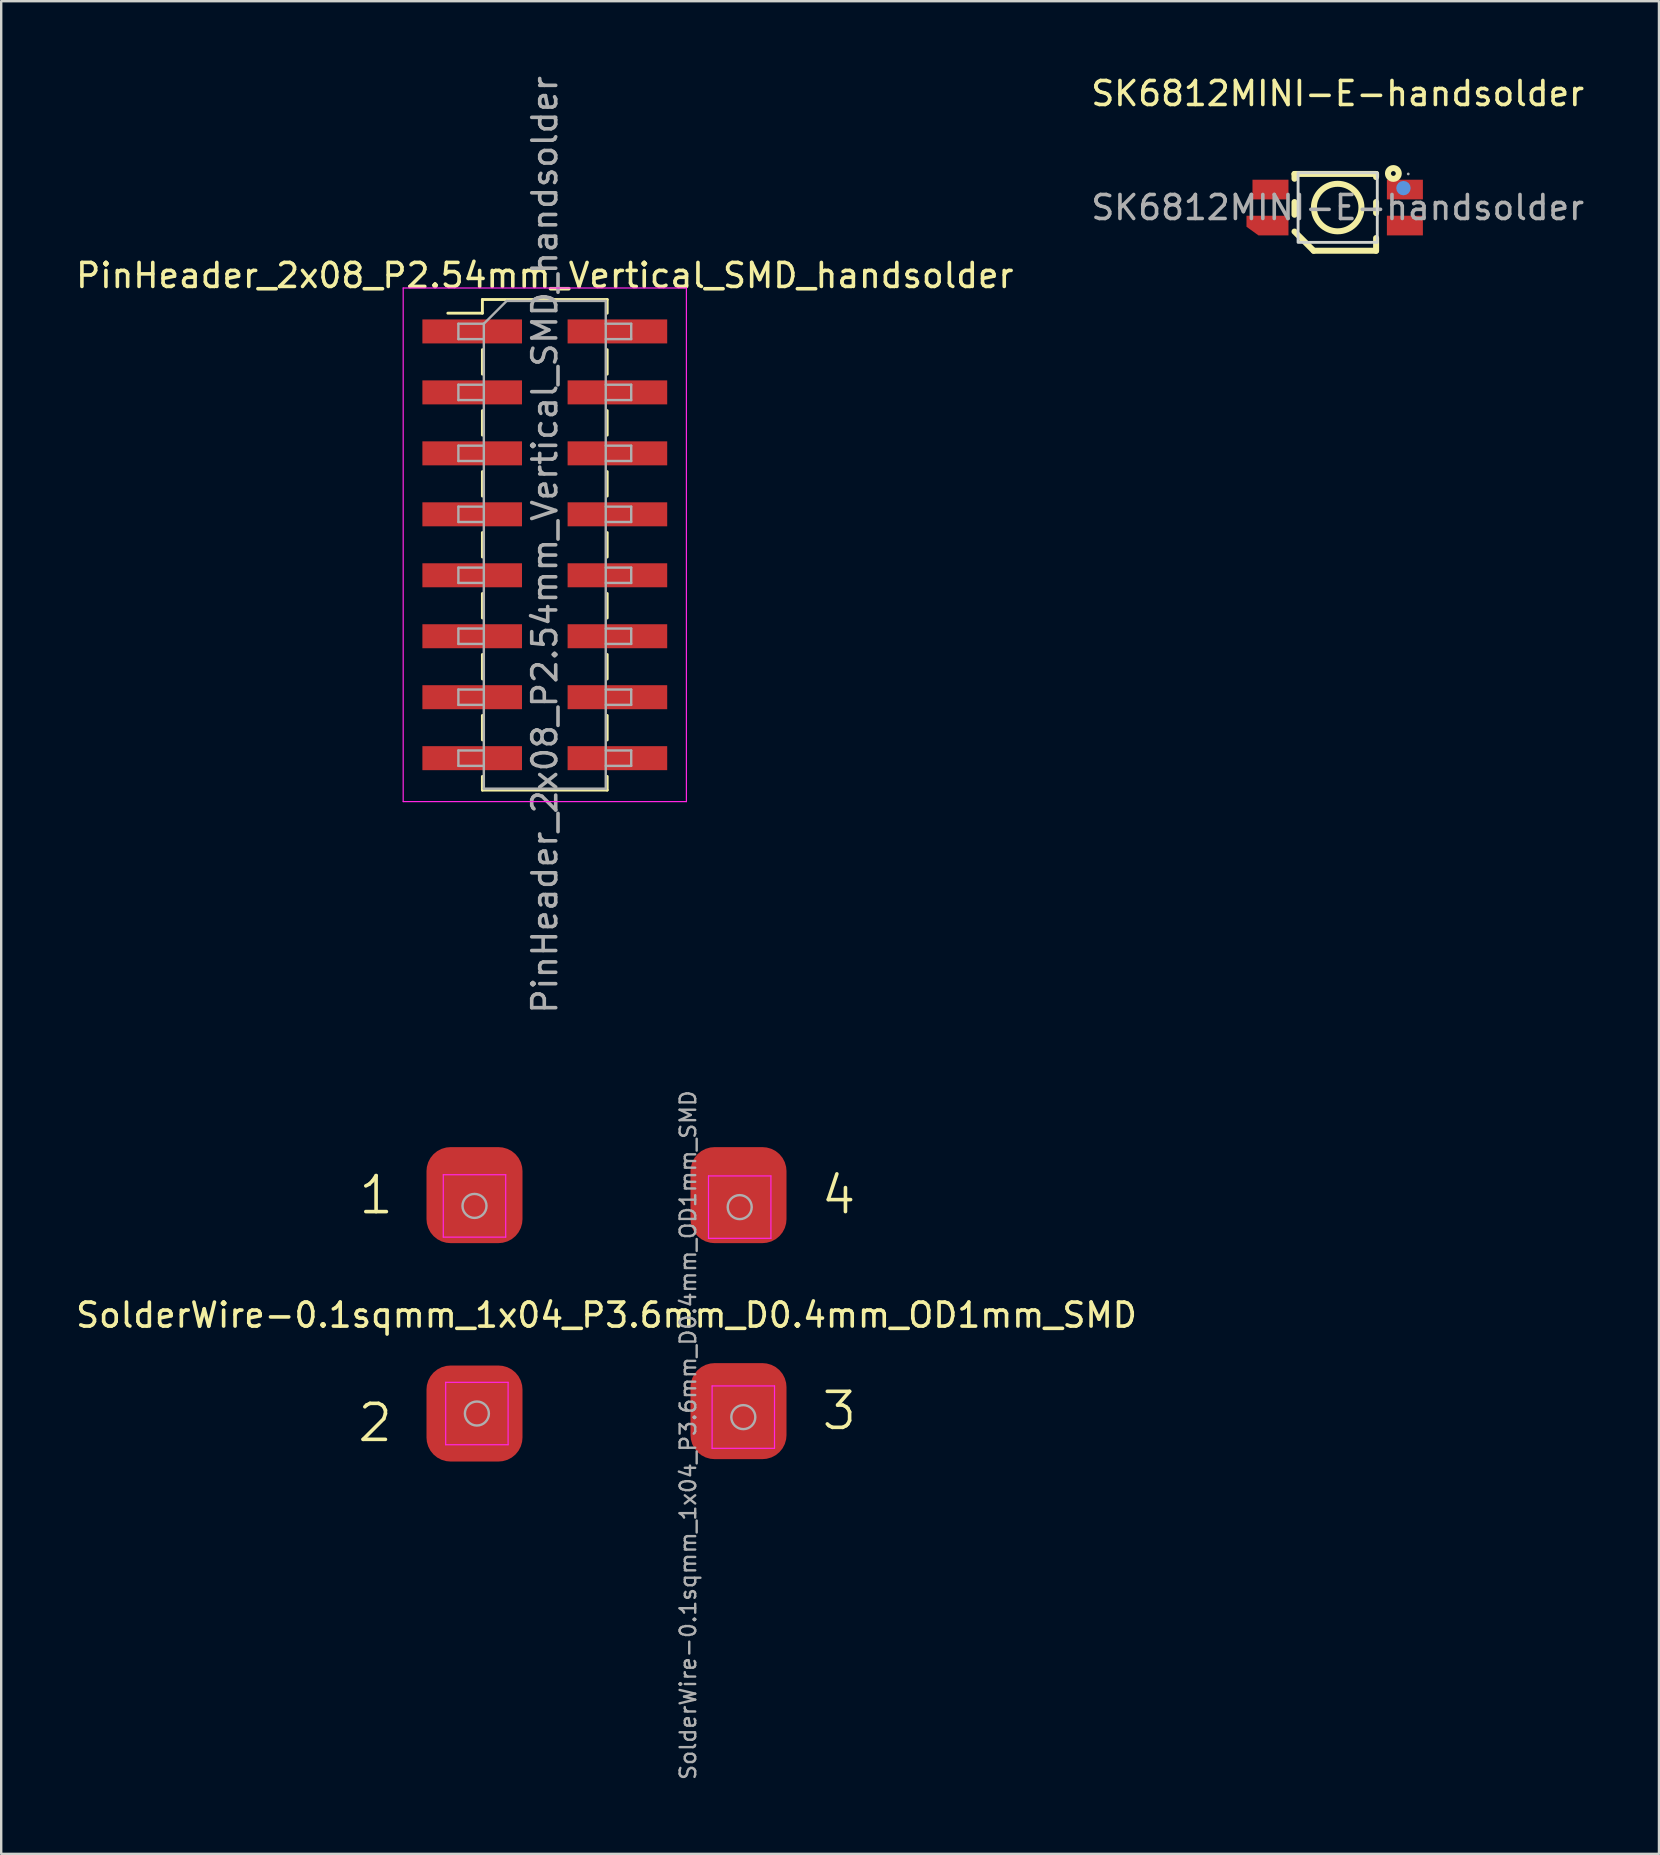
<source format=kicad_pcb>
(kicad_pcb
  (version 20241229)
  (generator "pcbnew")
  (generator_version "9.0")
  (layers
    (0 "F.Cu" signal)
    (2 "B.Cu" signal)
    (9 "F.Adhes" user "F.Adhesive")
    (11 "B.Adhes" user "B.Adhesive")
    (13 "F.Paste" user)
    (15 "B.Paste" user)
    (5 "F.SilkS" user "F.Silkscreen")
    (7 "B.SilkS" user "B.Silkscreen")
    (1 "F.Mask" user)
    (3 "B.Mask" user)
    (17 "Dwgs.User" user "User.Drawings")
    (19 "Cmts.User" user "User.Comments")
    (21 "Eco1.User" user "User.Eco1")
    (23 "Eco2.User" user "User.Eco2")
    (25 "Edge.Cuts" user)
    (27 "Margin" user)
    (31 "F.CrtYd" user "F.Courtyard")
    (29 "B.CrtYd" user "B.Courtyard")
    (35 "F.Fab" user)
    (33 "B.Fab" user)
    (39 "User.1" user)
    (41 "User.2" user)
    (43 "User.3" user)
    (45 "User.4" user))
  (footprint "SK6812MINI-E-handsolder"
    (layer "F.Cu")
    (at 52.685 5.598)
    (property "Reference" "SK6812MINI-E-handsolder" (at 0 -4.75 0) (layer "F.SilkS") (effects (font (size 1 1) (thickness 0.15))))
    (attr smd exclude_from_pos_files)
    (fp_line (start -1.8 -1.4) (end -1.8 -1.2) (stroke (width 0.25) (type solid)) (layer "F.SilkS"))
    (fp_line (start -1.8 -1.4) (end 1.6 -1.4) (stroke (width 0.25) (type solid)) (layer "F.SilkS"))
    (fp_line (start -1.8 -0.23) (end -1.8 0.3) (stroke (width 0.25) (type solid)) (layer "F.SilkS"))
    (fp_line (start -1.8 1) (end -1 1.8) (stroke (width 0.25) (type solid)) (layer "F.SilkS"))
    (fp_line (start -1 1.8) (end 1.6 1.8) (stroke (width 0.25) (type solid)) (layer "F.SilkS"))
    (fp_line (start 1.6 -1.4) (end 1.6 -1.27) (stroke (width 0.25) (type solid)) (layer "F.SilkS"))
    (fp_line (start 1.6 -0.23) (end 1.6 0.23) (stroke (width 0.25) (type solid)) (layer "F.SilkS"))
    (fp_line (start 1.6 1.27) (end 1.6 1.8) (stroke (width 0.25) (type solid)) (layer "F.SilkS"))
    (fp_circle (center 0 0) (end 0.99 0) (stroke (width 0.25) (type solid)) (fill no) (layer "F.SilkS"))
    (fp_circle (center 2.32 -1.42) (end 2.42 -1.42) (stroke (width 0.25) (type solid)) (fill no) (layer "F.SilkS"))
    (fp_circle (center 2.74 -0.81) (end 2.89 -0.81) (stroke (width 0.3) (type solid)) (fill no) (layer "Cmts.User"))
    (fp_rect (start 1.65 1.45) (end -1.65 -1.45) (stroke (width 0.12) (type solid)) (fill no) (layer "Edge.Cuts"))
    (fp_circle (center 2.94 -1.4) (end 2.97 -1.4) (stroke (width 0.06) (type solid)) (fill no) (layer "F.Fab"))
    (fp_text user "${REFERENCE}" (at 0 0 0) (layer "F.Fab") (effects (font (size 1 1) (thickness 0.15))))
    (pad "1" smd rect (at 2.8 -0.75 90) (size 0.82 1.5) (layers "F.Cu" "F.Mask" "F.Paste"))
    (pad "2" smd rect (at 2.8 0.75 90) (size 0.82 1.5) (layers "F.Cu" "F.Mask" "F.Paste"))
    (pad "3" smd custom (at -2.675 0.75 90) (size 0.82 1.25) (layers "F.Cu" "F.Mask" "F.Paste") (options (anchor rect)) (primitives (gr_poly (pts (xy -0.41 -0.625) (xy -0.05 -1.125) (xy 0.41 -1.125) (xy 0.41 -0.525)) (width 0) (fill yes))))
    (pad "4" smd rect (at -2.8 -0.75 90) (size 0.82 1.5) (layers "F.Cu" "F.Mask" "F.Paste")))
  (footprint "SolderWire-0.1sqmm_1x04_P3.6mm_D0.4mm_OD1mm_SMD"
    (layer "F.Cu")
    (at 20.22 56.745)
    (property "Reference" "SolderWire-0.1sqmm_1x04_P3.6mm_D0.4mm_OD1mm_SMD" (at 2 -5 0) (layer "F.SilkS") (effects (font (size 1 1) (thickness 0.15))))
    (attr exclude_from_pos_files exclude_from_bom)
    (fp_line (start -4.8 -10.85) (end -4.8 -8.25) (stroke (width 0.05) (type solid)) (layer "F.CrtYd"))
    (fp_line (start -4.8 -8.25) (end -2.2 -8.25) (stroke (width 0.05) (type solid)) (layer "F.CrtYd"))
    (fp_line (start -4.7 -2.2) (end -4.7 0.4) (stroke (width 0.05) (type solid)) (layer "F.CrtYd"))
    (fp_line (start -4.7 0.4) (end -2.1 0.4) (stroke (width 0.05) (type solid)) (layer "F.CrtYd"))
    (fp_line (start -2.2 -10.85) (end -4.8 -10.85) (stroke (width 0.05) (type solid)) (layer "F.CrtYd"))
    (fp_line (start -2.2 -8.25) (end -2.2 -10.85) (stroke (width 0.05) (type solid)) (layer "F.CrtYd"))
    (fp_line (start -2.1 -2.2) (end -4.7 -2.2) (stroke (width 0.05) (type solid)) (layer "F.CrtYd"))
    (fp_line (start -2.1 0.4) (end -2.1 -2.2) (stroke (width 0.05) (type solid)) (layer "F.CrtYd"))
    (fp_line (start 6.25 -10.8) (end 6.25 -8.2) (stroke (width 0.05) (type solid)) (layer "F.CrtYd"))
    (fp_line (start 6.25 -8.2) (end 8.85 -8.2) (stroke (width 0.05) (type solid)) (layer "F.CrtYd"))
    (fp_line (start 6.4 -2.05) (end 6.4 0.55) (stroke (width 0.05) (type solid)) (layer "F.CrtYd"))
    (fp_line (start 6.4 0.55) (end 9 0.55) (stroke (width 0.05) (type solid)) (layer "F.CrtYd"))
    (fp_line (start 8.85 -10.8) (end 6.25 -10.8) (stroke (width 0.05) (type solid)) (layer "F.CrtYd"))
    (fp_line (start 8.85 -8.2) (end 8.85 -10.8) (stroke (width 0.05) (type solid)) (layer "F.CrtYd"))
    (fp_line (start 9 -2.05) (end 6.4 -2.05) (stroke (width 0.05) (type solid)) (layer "F.CrtYd"))
    (fp_line (start 9 0.55) (end 9 -2.05) (stroke (width 0.05) (type solid)) (layer "F.CrtYd"))
    (fp_circle (center -3.5 -9.55) (end -3 -9.55) (stroke (width 0.1) (type solid)) (fill no) (layer "F.Fab"))
    (fp_circle (center -3.4 -0.9) (end -2.9 -0.9) (stroke (width 0.1) (type solid)) (fill no) (layer "F.Fab"))
    (fp_circle (center 7.55 -9.5) (end 8.05 -9.5) (stroke (width 0.1) (type solid)) (fill no) (layer "F.Fab"))
    (fp_circle (center 7.7 -0.75) (end 8.2 -0.75) (stroke (width 0.1) (type solid)) (fill no) (layer "F.Fab"))
    (fp_text user "1" (at -7.6 -10 0) (layer "F.SilkS") (effects (font (size 1.5 1.5) (thickness 0.15))))
    (fp_text user "2" (at -7.64 -0.51 0) (layer "F.SilkS") (effects (font (size 1.5 1.5) (thickness 0.15))))
    (fp_text user "4" (at 11.67 -10 0) (layer "F.SilkS") (effects (font (size 1.5 1.5) (thickness 0.15))))
    (fp_text user "3" (at 11.7 -1.01 0) (layer "F.SilkS") (effects (font (size 1.5 1.5) (thickness 0.15))))
    (fp_text user "${REFERENCE}" (at 5.4 0 90) (layer "F.Fab") (effects (font (size 0.65 0.65) (thickness 0.1))))
    (pad "1" smd roundrect (at -3.5 -10) (size 4 4) (layers "F.Cu" "F.Mask" "F.Paste") (roundrect_rratio 0.25))
    (pad "2" smd roundrect (at -3.5 -0.9) (size 4 4) (layers "F.Cu" "F.Mask" "F.Paste") (roundrect_rratio 0.25))
    (pad "3" smd roundrect (at 7.5 -1) (size 4 4) (layers "F.Cu" "F.Mask" "F.Paste") (roundrect_rratio 0.25))
    (pad "4" smd roundrect (at 7.5 -10) (size 4 4) (layers "F.Cu" "F.Mask" "F.Paste") (roundrect_rratio 0.25)))
  (footprint "PinHeader_2x08_P2.54mm_Vertical_SMD_handsolder"
    (layer "F.Cu")
    (at 19.649 19.649)
    (property "Reference" "PinHeader_2x08_P2.54mm_Vertical_SMD_handsolder" (at 0 -11.22 0) (layer "F.SilkS") (effects (font (size 1 1) (thickness 0.15))))
    (attr smd)
    (fp_line (start -4.04 -9.65) (end -2.6 -9.65) (stroke (width 0.12) (type solid)) (layer "F.SilkS"))
    (fp_line (start -2.6 -10.22) (end -2.6 -9.65) (stroke (width 0.12) (type solid)) (layer "F.SilkS"))
    (fp_line (start -2.6 -10.22) (end 2.6 -10.22) (stroke (width 0.12) (type solid)) (layer "F.SilkS"))
    (fp_line (start -2.6 -8.13) (end -2.6 -7.11) (stroke (width 0.12) (type solid)) (layer "F.SilkS"))
    (fp_line (start -2.6 -5.59) (end -2.6 -4.57) (stroke (width 0.12) (type solid)) (layer "F.SilkS"))
    (fp_line (start -2.6 -3.05) (end -2.6 -2.03) (stroke (width 0.12) (type solid)) (layer "F.SilkS"))
    (fp_line (start -2.6 -0.51) (end -2.6 0.51) (stroke (width 0.12) (type solid)) (layer "F.SilkS"))
    (fp_line (start -2.6 2.03) (end -2.6 3.05) (stroke (width 0.12) (type solid)) (layer "F.SilkS"))
    (fp_line (start -2.6 4.57) (end -2.6 5.59) (stroke (width 0.12) (type solid)) (layer "F.SilkS"))
    (fp_line (start -2.6 7.11) (end -2.6 8.13) (stroke (width 0.12) (type solid)) (layer "F.SilkS"))
    (fp_line (start -2.6 9.65) (end -2.6 10.22) (stroke (width 0.12) (type solid)) (layer "F.SilkS"))
    (fp_line (start -2.6 10.22) (end 2.6 10.22) (stroke (width 0.12) (type solid)) (layer "F.SilkS"))
    (fp_line (start 2.6 -10.22) (end 2.6 -9.65) (stroke (width 0.12) (type solid)) (layer "F.SilkS"))
    (fp_line (start 2.6 -8.13) (end 2.6 -7.11) (stroke (width 0.12) (type solid)) (layer "F.SilkS"))
    (fp_line (start 2.6 -5.59) (end 2.6 -4.57) (stroke (width 0.12) (type solid)) (layer "F.SilkS"))
    (fp_line (start 2.6 -3.05) (end 2.6 -2.03) (stroke (width 0.12) (type solid)) (layer "F.SilkS"))
    (fp_line (start 2.6 -0.51) (end 2.6 0.51) (stroke (width 0.12) (type solid)) (layer "F.SilkS"))
    (fp_line (start 2.6 2.03) (end 2.6 3.05) (stroke (width 0.12) (type solid)) (layer "F.SilkS"))
    (fp_line (start 2.6 4.57) (end 2.6 5.59) (stroke (width 0.12) (type solid)) (layer "F.SilkS"))
    (fp_line (start 2.6 7.11) (end 2.6 8.13) (stroke (width 0.12) (type solid)) (layer "F.SilkS"))
    (fp_line (start 2.6 9.65) (end 2.6 10.22) (stroke (width 0.12) (type solid)) (layer "F.SilkS"))
    (fp_line (start -5.9 -10.7) (end -5.9 10.7) (stroke (width 0.05) (type solid)) (layer "F.CrtYd"))
    (fp_line (start -5.9 10.7) (end 5.9 10.7) (stroke (width 0.05) (type solid)) (layer "F.CrtYd"))
    (fp_line (start 5.9 -10.7) (end -5.9 -10.7) (stroke (width 0.05) (type solid)) (layer "F.CrtYd"))
    (fp_line (start 5.9 10.7) (end 5.9 -10.7) (stroke (width 0.05) (type solid)) (layer "F.CrtYd"))
    (fp_line (start -3.6 -9.21) (end -3.6 -8.57) (stroke (width 0.1) (type solid)) (layer "F.Fab"))
    (fp_line (start -3.6 -8.57) (end -2.54 -8.57) (stroke (width 0.1) (type solid)) (layer "F.Fab"))
    (fp_line (start -3.6 -6.67) (end -3.6 -6.03) (stroke (width 0.1) (type solid)) (layer "F.Fab"))
    (fp_line (start -3.6 -6.03) (end -2.54 -6.03) (stroke (width 0.1) (type solid)) (layer "F.Fab"))
    (fp_line (start -3.6 -4.13) (end -3.6 -3.49) (stroke (width 0.1) (type solid)) (layer "F.Fab"))
    (fp_line (start -3.6 -3.49) (end -2.54 -3.49) (stroke (width 0.1) (type solid)) (layer "F.Fab"))
    (fp_line (start -3.6 -1.59) (end -3.6 -0.95) (stroke (width 0.1) (type solid)) (layer "F.Fab"))
    (fp_line (start -3.6 -0.95) (end -2.54 -0.95) (stroke (width 0.1) (type solid)) (layer "F.Fab"))
    (fp_line (start -3.6 0.95) (end -3.6 1.59) (stroke (width 0.1) (type solid)) (layer "F.Fab"))
    (fp_line (start -3.6 1.59) (end -2.54 1.59) (stroke (width 0.1) (type solid)) (layer "F.Fab"))
    (fp_line (start -3.6 3.49) (end -3.6 4.13) (stroke (width 0.1) (type solid)) (layer "F.Fab"))
    (fp_line (start -3.6 4.13) (end -2.54 4.13) (stroke (width 0.1) (type solid)) (layer "F.Fab"))
    (fp_line (start -3.6 6.03) (end -3.6 6.67) (stroke (width 0.1) (type solid)) (layer "F.Fab"))
    (fp_line (start -3.6 6.67) (end -2.54 6.67) (stroke (width 0.1) (type solid)) (layer "F.Fab"))
    (fp_line (start -3.6 8.57) (end -3.6 9.21) (stroke (width 0.1) (type solid)) (layer "F.Fab"))
    (fp_line (start -3.6 9.21) (end -2.54 9.21) (stroke (width 0.1) (type solid)) (layer "F.Fab"))
    (fp_line (start -2.54 -9.21) (end -3.6 -9.21) (stroke (width 0.1) (type solid)) (layer "F.Fab"))
    (fp_line (start -2.54 -9.21) (end -1.59 -10.16) (stroke (width 0.1) (type solid)) (layer "F.Fab"))
    (fp_line (start -2.54 -6.67) (end -3.6 -6.67) (stroke (width 0.1) (type solid)) (layer "F.Fab"))
    (fp_line (start -2.54 -4.13) (end -3.6 -4.13) (stroke (width 0.1) (type solid)) (layer "F.Fab"))
    (fp_line (start -2.54 -1.59) (end -3.6 -1.59) (stroke (width 0.1) (type solid)) (layer "F.Fab"))
    (fp_line (start -2.54 0.95) (end -3.6 0.95) (stroke (width 0.1) (type solid)) (layer "F.Fab"))
    (fp_line (start -2.54 3.49) (end -3.6 3.49) (stroke (width 0.1) (type solid)) (layer "F.Fab"))
    (fp_line (start -2.54 6.03) (end -3.6 6.03) (stroke (width 0.1) (type solid)) (layer "F.Fab"))
    (fp_line (start -2.54 8.57) (end -3.6 8.57) (stroke (width 0.1) (type solid)) (layer "F.Fab"))
    (fp_line (start -2.54 10.16) (end -2.54 -9.21) (stroke (width 0.1) (type solid)) (layer "F.Fab"))
    (fp_line (start -1.59 -10.16) (end 2.54 -10.16) (stroke (width 0.1) (type solid)) (layer "F.Fab"))
    (fp_line (start 2.54 -10.16) (end 2.54 10.16) (stroke (width 0.1) (type solid)) (layer "F.Fab"))
    (fp_line (start 2.54 -9.21) (end 3.6 -9.21) (stroke (width 0.1) (type solid)) (layer "F.Fab"))
    (fp_line (start 2.54 -6.67) (end 3.6 -6.67) (stroke (width 0.1) (type solid)) (layer "F.Fab"))
    (fp_line (start 2.54 -4.13) (end 3.6 -4.13) (stroke (width 0.1) (type solid)) (layer "F.Fab"))
    (fp_line (start 2.54 -1.59) (end 3.6 -1.59) (stroke (width 0.1) (type solid)) (layer "F.Fab"))
    (fp_line (start 2.54 0.95) (end 3.6 0.95) (stroke (width 0.1) (type solid)) (layer "F.Fab"))
    (fp_line (start 2.54 3.49) (end 3.6 3.49) (stroke (width 0.1) (type solid)) (layer "F.Fab"))
    (fp_line (start 2.54 6.03) (end 3.6 6.03) (stroke (width 0.1) (type solid)) (layer "F.Fab"))
    (fp_line (start 2.54 8.57) (end 3.6 8.57) (stroke (width 0.1) (type solid)) (layer "F.Fab"))
    (fp_line (start 2.54 10.16) (end -2.54 10.16) (stroke (width 0.1) (type solid)) (layer "F.Fab"))
    (fp_line (start 3.6 -9.21) (end 3.6 -8.57) (stroke (width 0.1) (type solid)) (layer "F.Fab"))
    (fp_line (start 3.6 -8.57) (end 2.54 -8.57) (stroke (width 0.1) (type solid)) (layer "F.Fab"))
    (fp_line (start 3.6 -6.67) (end 3.6 -6.03) (stroke (width 0.1) (type solid)) (layer "F.Fab"))
    (fp_line (start 3.6 -6.03) (end 2.54 -6.03) (stroke (width 0.1) (type solid)) (layer "F.Fab"))
    (fp_line (start 3.6 -4.13) (end 3.6 -3.49) (stroke (width 0.1) (type solid)) (layer "F.Fab"))
    (fp_line (start 3.6 -3.49) (end 2.54 -3.49) (stroke (width 0.1) (type solid)) (layer "F.Fab"))
    (fp_line (start 3.6 -1.59) (end 3.6 -0.95) (stroke (width 0.1) (type solid)) (layer "F.Fab"))
    (fp_line (start 3.6 -0.95) (end 2.54 -0.95) (stroke (width 0.1) (type solid)) (layer "F.Fab"))
    (fp_line (start 3.6 0.95) (end 3.6 1.59) (stroke (width 0.1) (type solid)) (layer "F.Fab"))
    (fp_line (start 3.6 1.59) (end 2.54 1.59) (stroke (width 0.1) (type solid)) (layer "F.Fab"))
    (fp_line (start 3.6 3.49) (end 3.6 4.13) (stroke (width 0.1) (type solid)) (layer "F.Fab"))
    (fp_line (start 3.6 4.13) (end 2.54 4.13) (stroke (width 0.1) (type solid)) (layer "F.Fab"))
    (fp_line (start 3.6 6.03) (end 3.6 6.67) (stroke (width 0.1) (type solid)) (layer "F.Fab"))
    (fp_line (start 3.6 6.67) (end 2.54 6.67) (stroke (width 0.1) (type solid)) (layer "F.Fab"))
    (fp_line (start 3.6 8.57) (end 3.6 9.21) (stroke (width 0.1) (type solid)) (layer "F.Fab"))
    (fp_line (start 3.6 9.21) (end 2.54 9.21) (stroke (width 0.1) (type solid)) (layer "F.Fab"))
    (fp_text user "${REFERENCE}" (at 0 0 90) (layer "F.Fab") (effects (font (size 1 1) (thickness 0.15))))
    (pad "1" smd rect (at -3.025 -8.89) (size 4.15 1) (layers "F.Cu" "F.Mask" "F.Paste"))
    (pad "2" smd rect (at 3.025 -8.89) (size 4.15 1) (layers "F.Cu" "F.Mask" "F.Paste"))
    (pad "3" smd rect (at -3.025 -6.35) (size 4.15 1) (layers "F.Cu" "F.Mask" "F.Paste"))
    (pad "4" smd rect (at 3.025 -6.35) (size 4.15 1) (layers "F.Cu" "F.Mask" "F.Paste"))
    (pad "5" smd rect (at -3.025 -3.81) (size 4.15 1) (layers "F.Cu" "F.Mask" "F.Paste"))
    (pad "6" smd rect (at 3.025 -3.81) (size 4.15 1) (layers "F.Cu" "F.Mask" "F.Paste"))
    (pad "7" smd rect (at -3.025 -1.27) (size 4.15 1) (layers "F.Cu" "F.Mask" "F.Paste"))
    (pad "8" smd rect (at 3.025 -1.27) (size 4.15 1) (layers "F.Cu" "F.Mask" "F.Paste"))
    (pad "9" smd rect (at -3.025 1.27) (size 4.15 1) (layers "F.Cu" "F.Mask" "F.Paste"))
    (pad "10" smd rect (at 3.025 1.27) (size 4.15 1) (layers "F.Cu" "F.Mask" "F.Paste"))
    (pad "11" smd rect (at -3.025 3.81) (size 4.15 1) (layers "F.Cu" "F.Mask" "F.Paste"))
    (pad "12" smd rect (at 3.025 3.81) (size 4.15 1) (layers "F.Cu" "F.Mask" "F.Paste"))
    (pad "13" smd rect (at -3.025 6.35) (size 4.15 1) (layers "F.Cu" "F.Mask" "F.Paste"))
    (pad "14" smd rect (at 3.025 6.35) (size 4.15 1) (layers "F.Cu" "F.Mask" "F.Paste"))
    (pad "15" smd rect (at -3.025 8.89) (size 4.15 1) (layers "F.Cu" "F.Mask" "F.Paste"))
    (pad "16" smd rect (at 3.025 8.89) (size 4.15 1) (layers "F.Cu" "F.Mask" "F.Paste")))
  (gr_rect
    (start -3 -3)
    (end 66.071 74.191)
    (stroke (width 0.1) (type default))
    (fill no)
    (layer "Edge.Cuts")))
</source>
